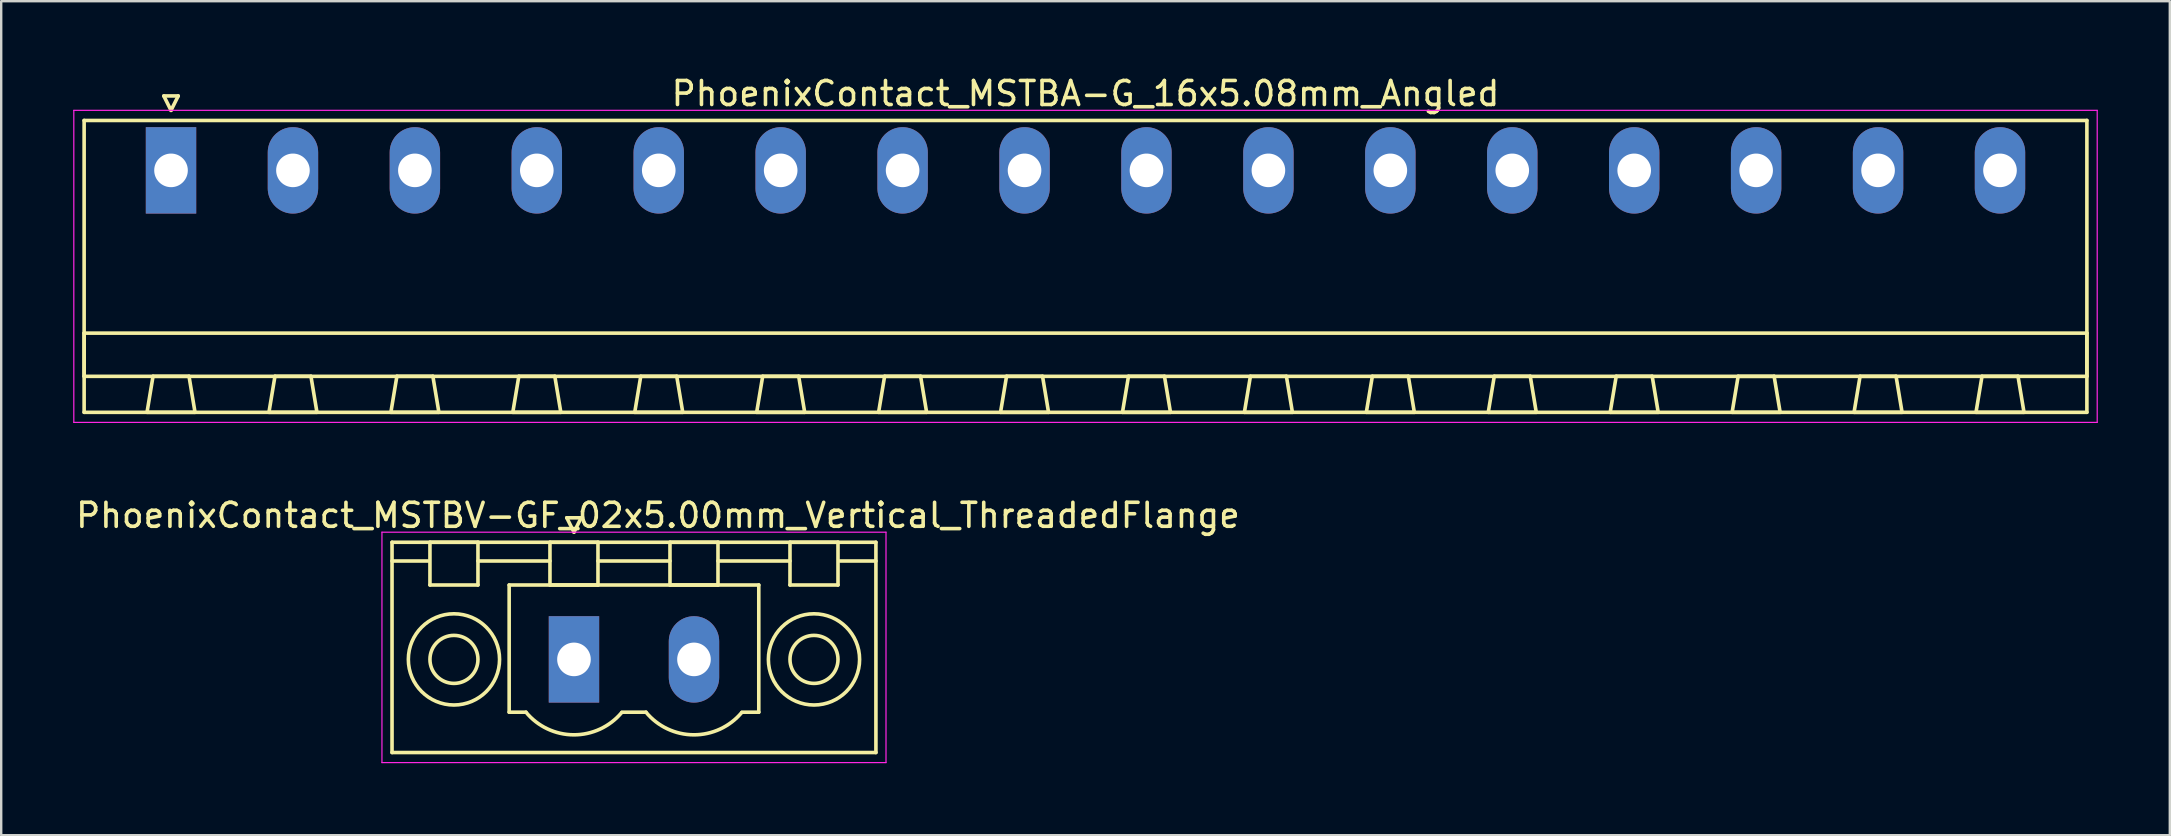
<source format=kicad_pcb>
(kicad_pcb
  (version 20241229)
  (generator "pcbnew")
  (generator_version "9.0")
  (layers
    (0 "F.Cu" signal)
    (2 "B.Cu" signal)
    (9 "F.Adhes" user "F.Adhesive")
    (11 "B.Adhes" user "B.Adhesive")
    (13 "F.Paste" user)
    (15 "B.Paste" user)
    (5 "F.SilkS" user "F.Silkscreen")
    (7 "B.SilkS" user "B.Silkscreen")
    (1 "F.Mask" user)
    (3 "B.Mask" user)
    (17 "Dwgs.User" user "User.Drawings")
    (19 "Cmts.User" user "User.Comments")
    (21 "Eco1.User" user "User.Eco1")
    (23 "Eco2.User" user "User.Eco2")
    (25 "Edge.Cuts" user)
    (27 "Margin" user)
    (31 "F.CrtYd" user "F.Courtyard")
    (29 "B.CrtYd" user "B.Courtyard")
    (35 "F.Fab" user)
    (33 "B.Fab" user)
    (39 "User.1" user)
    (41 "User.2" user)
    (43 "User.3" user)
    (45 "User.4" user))
  (footprint "PhoenixContact_MSTBA-G_16x5.08mm_Angled"
    (layer "F.Cu")
    (at 4.075 4.048)
    (property "Reference" "PhoenixContact_MSTBA-G_16x5.08mm_Angled" (at 38.1 -3.2 0) (layer "F.SilkS") (effects (font (size 1 1) (thickness 0.15))))
    (attr through_hole)
    (fp_line (start -3.62 -2.08) (end -3.62 10.08) (stroke (width 0.15) (type solid)) (layer "F.SilkS"))
    (fp_line (start -3.62 6.78) (end 79.82 6.78) (stroke (width 0.15) (type solid)) (layer "F.SilkS"))
    (fp_line (start -3.62 8.58) (end -3.62 6.78) (stroke (width 0.15) (type solid)) (layer "F.SilkS"))
    (fp_line (start -3.62 10.08) (end 79.82 10.08) (stroke (width 0.15) (type solid)) (layer "F.SilkS"))
    (fp_line (start -1 10.08) (end 1 10.08) (stroke (width 0.15) (type solid)) (layer "F.SilkS"))
    (fp_line (start -0.75 8.58) (end -1 10.08) (stroke (width 0.15) (type solid)) (layer "F.SilkS"))
    (fp_line (start -0.3 -3.1) (end 0 -2.5) (stroke (width 0.15) (type solid)) (layer "F.SilkS"))
    (fp_line (start 0 -2.5) (end 0.3 -3.1) (stroke (width 0.15) (type solid)) (layer "F.SilkS"))
    (fp_line (start 0.3 -3.1) (end -0.3 -3.1) (stroke (width 0.15) (type solid)) (layer "F.SilkS"))
    (fp_line (start 0.75 8.58) (end -0.75 8.58) (stroke (width 0.15) (type solid)) (layer "F.SilkS"))
    (fp_line (start 1 10.08) (end 0.75 8.58) (stroke (width 0.15) (type solid)) (layer "F.SilkS"))
    (fp_line (start 4.08 10.08) (end 6.08 10.08) (stroke (width 0.15) (type solid)) (layer "F.SilkS"))
    (fp_line (start 4.33 8.58) (end 4.08 10.08) (stroke (width 0.15) (type solid)) (layer "F.SilkS"))
    (fp_line (start 5.83 8.58) (end 4.33 8.58) (stroke (width 0.15) (type solid)) (layer "F.SilkS"))
    (fp_line (start 6.08 10.08) (end 5.83 8.58) (stroke (width 0.15) (type solid)) (layer "F.SilkS"))
    (fp_line (start 9.16 10.08) (end 11.16 10.08) (stroke (width 0.15) (type solid)) (layer "F.SilkS"))
    (fp_line (start 9.41 8.58) (end 9.16 10.08) (stroke (width 0.15) (type solid)) (layer "F.SilkS"))
    (fp_line (start 10.91 8.58) (end 9.41 8.58) (stroke (width 0.15) (type solid)) (layer "F.SilkS"))
    (fp_line (start 11.16 10.08) (end 10.91 8.58) (stroke (width 0.15) (type solid)) (layer "F.SilkS"))
    (fp_line (start 14.24 10.08) (end 16.24 10.08) (stroke (width 0.15) (type solid)) (layer "F.SilkS"))
    (fp_line (start 14.49 8.58) (end 14.24 10.08) (stroke (width 0.15) (type solid)) (layer "F.SilkS"))
    (fp_line (start 15.99 8.58) (end 14.49 8.58) (stroke (width 0.15) (type solid)) (layer "F.SilkS"))
    (fp_line (start 16.24 10.08) (end 15.99 8.58) (stroke (width 0.15) (type solid)) (layer "F.SilkS"))
    (fp_line (start 19.32 10.08) (end 21.32 10.08) (stroke (width 0.15) (type solid)) (layer "F.SilkS"))
    (fp_line (start 19.57 8.58) (end 19.32 10.08) (stroke (width 0.15) (type solid)) (layer "F.SilkS"))
    (fp_line (start 21.07 8.58) (end 19.57 8.58) (stroke (width 0.15) (type solid)) (layer "F.SilkS"))
    (fp_line (start 21.32 10.08) (end 21.07 8.58) (stroke (width 0.15) (type solid)) (layer "F.SilkS"))
    (fp_line (start 24.4 10.08) (end 26.4 10.08) (stroke (width 0.15) (type solid)) (layer "F.SilkS"))
    (fp_line (start 24.65 8.58) (end 24.4 10.08) (stroke (width 0.15) (type solid)) (layer "F.SilkS"))
    (fp_line (start 26.15 8.58) (end 24.65 8.58) (stroke (width 0.15) (type solid)) (layer "F.SilkS"))
    (fp_line (start 26.4 10.08) (end 26.15 8.58) (stroke (width 0.15) (type solid)) (layer "F.SilkS"))
    (fp_line (start 29.48 10.08) (end 31.48 10.08) (stroke (width 0.15) (type solid)) (layer "F.SilkS"))
    (fp_line (start 29.73 8.58) (end 29.48 10.08) (stroke (width 0.15) (type solid)) (layer "F.SilkS"))
    (fp_line (start 31.23 8.58) (end 29.73 8.58) (stroke (width 0.15) (type solid)) (layer "F.SilkS"))
    (fp_line (start 31.48 10.08) (end 31.23 8.58) (stroke (width 0.15) (type solid)) (layer "F.SilkS"))
    (fp_line (start 34.56 10.08) (end 36.56 10.08) (stroke (width 0.15) (type solid)) (layer "F.SilkS"))
    (fp_line (start 34.81 8.58) (end 34.56 10.08) (stroke (width 0.15) (type solid)) (layer "F.SilkS"))
    (fp_line (start 36.31 8.58) (end 34.81 8.58) (stroke (width 0.15) (type solid)) (layer "F.SilkS"))
    (fp_line (start 36.56 10.08) (end 36.31 8.58) (stroke (width 0.15) (type solid)) (layer "F.SilkS"))
    (fp_line (start 39.64 10.08) (end 41.64 10.08) (stroke (width 0.15) (type solid)) (layer "F.SilkS"))
    (fp_line (start 39.89 8.58) (end 39.64 10.08) (stroke (width 0.15) (type solid)) (layer "F.SilkS"))
    (fp_line (start 41.39 8.58) (end 39.89 8.58) (stroke (width 0.15) (type solid)) (layer "F.SilkS"))
    (fp_line (start 41.64 10.08) (end 41.39 8.58) (stroke (width 0.15) (type solid)) (layer "F.SilkS"))
    (fp_line (start 44.72 10.08) (end 46.72 10.08) (stroke (width 0.15) (type solid)) (layer "F.SilkS"))
    (fp_line (start 44.97 8.58) (end 44.72 10.08) (stroke (width 0.15) (type solid)) (layer "F.SilkS"))
    (fp_line (start 46.47 8.58) (end 44.97 8.58) (stroke (width 0.15) (type solid)) (layer "F.SilkS"))
    (fp_line (start 46.72 10.08) (end 46.47 8.58) (stroke (width 0.15) (type solid)) (layer "F.SilkS"))
    (fp_line (start 49.8 10.08) (end 51.8 10.08) (stroke (width 0.15) (type solid)) (layer "F.SilkS"))
    (fp_line (start 50.05 8.58) (end 49.8 10.08) (stroke (width 0.15) (type solid)) (layer "F.SilkS"))
    (fp_line (start 51.55 8.58) (end 50.05 8.58) (stroke (width 0.15) (type solid)) (layer "F.SilkS"))
    (fp_line (start 51.8 10.08) (end 51.55 8.58) (stroke (width 0.15) (type solid)) (layer "F.SilkS"))
    (fp_line (start 54.88 10.08) (end 56.88 10.08) (stroke (width 0.15) (type solid)) (layer "F.SilkS"))
    (fp_line (start 55.13 8.58) (end 54.88 10.08) (stroke (width 0.15) (type solid)) (layer "F.SilkS"))
    (fp_line (start 56.63 8.58) (end 55.13 8.58) (stroke (width 0.15) (type solid)) (layer "F.SilkS"))
    (fp_line (start 56.88 10.08) (end 56.63 8.58) (stroke (width 0.15) (type solid)) (layer "F.SilkS"))
    (fp_line (start 59.96 10.08) (end 61.96 10.08) (stroke (width 0.15) (type solid)) (layer "F.SilkS"))
    (fp_line (start 60.21 8.58) (end 59.96 10.08) (stroke (width 0.15) (type solid)) (layer "F.SilkS"))
    (fp_line (start 61.71 8.58) (end 60.21 8.58) (stroke (width 0.15) (type solid)) (layer "F.SilkS"))
    (fp_line (start 61.96 10.08) (end 61.71 8.58) (stroke (width 0.15) (type solid)) (layer "F.SilkS"))
    (fp_line (start 65.04 10.08) (end 67.04 10.08) (stroke (width 0.15) (type solid)) (layer "F.SilkS"))
    (fp_line (start 65.29 8.58) (end 65.04 10.08) (stroke (width 0.15) (type solid)) (layer "F.SilkS"))
    (fp_line (start 66.79 8.58) (end 65.29 8.58) (stroke (width 0.15) (type solid)) (layer "F.SilkS"))
    (fp_line (start 67.04 10.08) (end 66.79 8.58) (stroke (width 0.15) (type solid)) (layer "F.SilkS"))
    (fp_line (start 70.12 10.08) (end 72.12 10.08) (stroke (width 0.15) (type solid)) (layer "F.SilkS"))
    (fp_line (start 70.37 8.58) (end 70.12 10.08) (stroke (width 0.15) (type solid)) (layer "F.SilkS"))
    (fp_line (start 71.87 8.58) (end 70.37 8.58) (stroke (width 0.15) (type solid)) (layer "F.SilkS"))
    (fp_line (start 72.12 10.08) (end 71.87 8.58) (stroke (width 0.15) (type solid)) (layer "F.SilkS"))
    (fp_line (start 75.2 10.08) (end 77.2 10.08) (stroke (width 0.15) (type solid)) (layer "F.SilkS"))
    (fp_line (start 75.45 8.58) (end 75.2 10.08) (stroke (width 0.15) (type solid)) (layer "F.SilkS"))
    (fp_line (start 76.95 8.58) (end 75.45 8.58) (stroke (width 0.15) (type solid)) (layer "F.SilkS"))
    (fp_line (start 77.2 10.08) (end 76.95 8.58) (stroke (width 0.15) (type solid)) (layer "F.SilkS"))
    (fp_line (start 79.82 -2.08) (end -3.62 -2.08) (stroke (width 0.15) (type solid)) (layer "F.SilkS"))
    (fp_line (start 79.82 6.78) (end 79.82 8.58) (stroke (width 0.15) (type solid)) (layer "F.SilkS"))
    (fp_line (start 79.82 8.58) (end -3.62 8.58) (stroke (width 0.15) (type solid)) (layer "F.SilkS"))
    (fp_line (start 79.82 10.08) (end 79.82 -2.08) (stroke (width 0.15) (type solid)) (layer "F.SilkS"))
    (fp_line (start -4.05 -2.5) (end -4.05 10.5) (stroke (width 0.05) (type solid)) (layer "F.CrtYd"))
    (fp_line (start -4.05 10.5) (end 80.25 10.5) (stroke (width 0.05) (type solid)) (layer "F.CrtYd"))
    (fp_line (start 80.25 -2.5) (end -4.05 -2.5) (stroke (width 0.05) (type solid)) (layer "F.CrtYd"))
    (fp_line (start 80.25 10.5) (end 80.25 -2.5) (stroke (width 0.05) (type solid)) (layer "F.CrtYd"))
    (pad "1" thru_hole rect (at 0 0) (size 2.1 3.6) (drill 1.4) (layers "*.Cu" "*.Mask"))
    (pad "2" thru_hole oval (at 5.08 0) (size 2.1 3.6) (drill 1.4) (layers "*.Cu" "*.Mask"))
    (pad "3" thru_hole oval (at 10.16 0) (size 2.1 3.6) (drill 1.4) (layers "*.Cu" "*.Mask"))
    (pad "4" thru_hole oval (at 15.24 0) (size 2.1 3.6) (drill 1.4) (layers "*.Cu" "*.Mask"))
    (pad "5" thru_hole oval (at 20.32 0) (size 2.1 3.6) (drill 1.4) (layers "*.Cu" "*.Mask"))
    (pad "6" thru_hole oval (at 25.4 0) (size 2.1 3.6) (drill 1.4) (layers "*.Cu" "*.Mask"))
    (pad "7" thru_hole oval (at 30.48 0) (size 2.1 3.6) (drill 1.4) (layers "*.Cu" "*.Mask"))
    (pad "8" thru_hole oval (at 35.56 0) (size 2.1 3.6) (drill 1.4) (layers "*.Cu" "*.Mask"))
    (pad "9" thru_hole oval (at 40.64 0) (size 2.1 3.6) (drill 1.4) (layers "*.Cu" "*.Mask"))
    (pad "10" thru_hole oval (at 45.72 0) (size 2.1 3.6) (drill 1.4) (layers "*.Cu" "*.Mask"))
    (pad "11" thru_hole oval (at 50.8 0) (size 2.1 3.6) (drill 1.4) (layers "*.Cu" "*.Mask"))
    (pad "12" thru_hole oval (at 55.88 0) (size 2.1 3.6) (drill 1.4) (layers "*.Cu" "*.Mask"))
    (pad "13" thru_hole oval (at 60.96 0) (size 2.1 3.6) (drill 1.4) (layers "*.Cu" "*.Mask"))
    (pad "14" thru_hole oval (at 66.04 0) (size 2.1 3.6) (drill 1.4) (layers "*.Cu" "*.Mask"))
    (pad "15" thru_hole oval (at 71.12 0) (size 2.1 3.6) (drill 1.4) (layers "*.Cu" "*.Mask"))
    (pad "16" thru_hole oval (at 76.2 0) (size 2.1 3.6) (drill 1.4) (layers "*.Cu" "*.Mask")))
  (footprint "PhoenixContact_MSTBV-GF_02x5.00mm_Vertical_ThreadedFlange"
    (layer "F.Cu")
    (at 20.863 24.422)
    (property "Reference" "PhoenixContact_MSTBV-GF_02x5.00mm_Vertical_ThreadedFlange" (at 3.5 -6 0) (layer "F.SilkS") (effects (font (size 1 1) (thickness 0.15))))
    (attr through_hole)
    (fp_line (start -7.58 -4.88) (end -7.58 3.88) (stroke (width 0.15) (type solid)) (layer "F.SilkS"))
    (fp_line (start -7.58 -4.1) (end -6.08 -4.1) (stroke (width 0.15) (type solid)) (layer "F.SilkS"))
    (fp_line (start -7.58 3.88) (end 12.58 3.88) (stroke (width 0.15) (type solid)) (layer "F.SilkS"))
    (fp_line (start -6 -4.88) (end -4 -4.88) (stroke (width 0.15) (type solid)) (layer "F.SilkS"))
    (fp_line (start -6 -3.1) (end -6 -4.88) (stroke (width 0.15) (type solid)) (layer "F.SilkS"))
    (fp_line (start -4 -4.88) (end -4 -3.1) (stroke (width 0.15) (type solid)) (layer "F.SilkS"))
    (fp_line (start -4 -4.1) (end -1 -4.1) (stroke (width 0.15) (type solid)) (layer "F.SilkS"))
    (fp_line (start -4 -3.1) (end -6 -3.1) (stroke (width 0.15) (type solid)) (layer "F.SilkS"))
    (fp_line (start -2.7 -3.1) (end 7.7 -3.1) (stroke (width 0.15) (type solid)) (layer "F.SilkS"))
    (fp_line (start -2.7 2.2) (end -2.7 -3.1) (stroke (width 0.15) (type solid)) (layer "F.SilkS"))
    (fp_line (start -2 2.2) (end -2.7 2.2) (stroke (width 0.15) (type solid)) (layer "F.SilkS"))
    (fp_line (start -1 -4.88) (end 1 -4.88) (stroke (width 0.15) (type solid)) (layer "F.SilkS"))
    (fp_line (start -1 -3.1) (end -1 -4.88) (stroke (width 0.15) (type solid)) (layer "F.SilkS"))
    (fp_line (start -0.3 -5.9) (end 0 -5.3) (stroke (width 0.15) (type solid)) (layer "F.SilkS"))
    (fp_line (start 0 -5.3) (end 0.3 -5.9) (stroke (width 0.15) (type solid)) (layer "F.SilkS"))
    (fp_line (start 0.3 -5.9) (end -0.3 -5.9) (stroke (width 0.15) (type solid)) (layer "F.SilkS"))
    (fp_line (start 1 -4.88) (end 1 -3.1) (stroke (width 0.15) (type solid)) (layer "F.SilkS"))
    (fp_line (start 1 -4.1) (end 4 -4.1) (stroke (width 0.15) (type solid)) (layer "F.SilkS"))
    (fp_line (start 1 -3.1) (end -1 -3.1) (stroke (width 0.15) (type solid)) (layer "F.SilkS"))
    (fp_line (start 2 2.2) (end 3 2.2) (stroke (width 0.15) (type solid)) (layer "F.SilkS"))
    (fp_line (start 4 -4.88) (end 6 -4.88) (stroke (width 0.15) (type solid)) (layer "F.SilkS"))
    (fp_line (start 4 -3.1) (end 4 -4.88) (stroke (width 0.15) (type solid)) (layer "F.SilkS"))
    (fp_line (start 6 -4.88) (end 6 -3.1) (stroke (width 0.15) (type solid)) (layer "F.SilkS"))
    (fp_line (start 6 -4.1) (end 9 -4.1) (stroke (width 0.15) (type solid)) (layer "F.SilkS"))
    (fp_line (start 6 -3.1) (end 4 -3.1) (stroke (width 0.15) (type solid)) (layer "F.SilkS"))
    (fp_line (start 7.7 -3.1) (end 7.7 2.2) (stroke (width 0.15) (type solid)) (layer "F.SilkS"))
    (fp_line (start 7.7 2.2) (end 7 2.2) (stroke (width 0.15) (type solid)) (layer "F.SilkS"))
    (fp_line (start 9 -4.88) (end 11 -4.88) (stroke (width 0.15) (type solid)) (layer "F.SilkS"))
    (fp_line (start 9 -3.1) (end 9 -4.88) (stroke (width 0.15) (type solid)) (layer "F.SilkS"))
    (fp_line (start 11 -4.88) (end 11 -3.1) (stroke (width 0.15) (type solid)) (layer "F.SilkS"))
    (fp_line (start 11 -3.1) (end 9 -3.1) (stroke (width 0.15) (type solid)) (layer "F.SilkS"))
    (fp_line (start 12.58 -4.88) (end -7.58 -4.88) (stroke (width 0.15) (type solid)) (layer "F.SilkS"))
    (fp_line (start 12.58 -4.1) (end 11.08 -4.1) (stroke (width 0.15) (type solid)) (layer "F.SilkS"))
    (fp_line (start 12.58 3.88) (end 12.58 -4.88) (stroke (width 0.15) (type solid)) (layer "F.SilkS"))
    (fp_arc (start 1.986842 2.215821) (mid -0.010289 3.142758) (end -2 2.2) (stroke (width 0.15) (type solid)) (layer "F.SilkS"))
    (fp_arc (start 6.986842 2.215821) (mid 4.989711 3.142758) (end 3 2.2) (stroke (width 0.15) (type solid)) (layer "F.SilkS"))
    (fp_circle (center -5 0) (end -4 0) (stroke (width 0.15) (type solid)) (fill no) (layer "F.SilkS"))
    (fp_circle (center -5 0) (end -3.1 0) (stroke (width 0.15) (type solid)) (fill no) (layer "F.SilkS"))
    (fp_circle (center 10 0) (end 11 0) (stroke (width 0.15) (type solid)) (fill no) (layer "F.SilkS"))
    (fp_circle (center 10 0) (end 11.9 0) (stroke (width 0.15) (type solid)) (fill no) (layer "F.SilkS"))
    (fp_line (start -8 -5.3) (end -8 4.3) (stroke (width 0.05) (type solid)) (layer "F.CrtYd"))
    (fp_line (start -8 4.3) (end 13 4.3) (stroke (width 0.05) (type solid)) (layer "F.CrtYd"))
    (fp_line (start 13 -5.3) (end -8 -5.3) (stroke (width 0.05) (type solid)) (layer "F.CrtYd"))
    (fp_line (start 13 4.3) (end 13 -5.3) (stroke (width 0.05) (type solid)) (layer "F.CrtYd"))
    (pad "1" thru_hole rect (at 0 0) (size 2.1 3.6) (drill 1.4) (layers "*.Cu" "*.Mask"))
    (pad "2" thru_hole oval (at 5 0) (size 2.1 3.6) (drill 1.4) (layers "*.Cu" "*.Mask")))
  (gr_rect
    (start -3 -3)
    (end 87.35 31.747)
    (stroke (width 0.1) (type default))
    (fill no)
    (layer "Edge.Cuts")))
</source>
